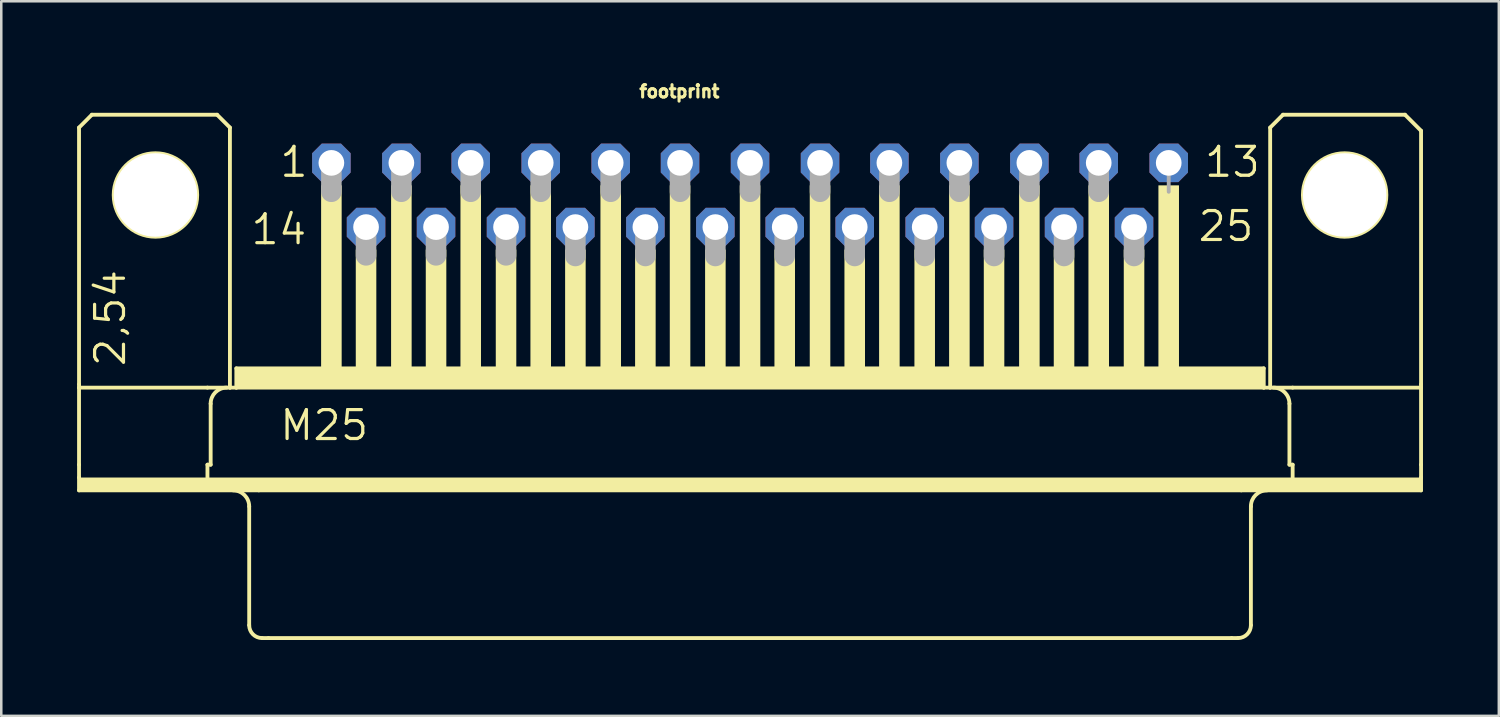
<source format=kicad_pcb>
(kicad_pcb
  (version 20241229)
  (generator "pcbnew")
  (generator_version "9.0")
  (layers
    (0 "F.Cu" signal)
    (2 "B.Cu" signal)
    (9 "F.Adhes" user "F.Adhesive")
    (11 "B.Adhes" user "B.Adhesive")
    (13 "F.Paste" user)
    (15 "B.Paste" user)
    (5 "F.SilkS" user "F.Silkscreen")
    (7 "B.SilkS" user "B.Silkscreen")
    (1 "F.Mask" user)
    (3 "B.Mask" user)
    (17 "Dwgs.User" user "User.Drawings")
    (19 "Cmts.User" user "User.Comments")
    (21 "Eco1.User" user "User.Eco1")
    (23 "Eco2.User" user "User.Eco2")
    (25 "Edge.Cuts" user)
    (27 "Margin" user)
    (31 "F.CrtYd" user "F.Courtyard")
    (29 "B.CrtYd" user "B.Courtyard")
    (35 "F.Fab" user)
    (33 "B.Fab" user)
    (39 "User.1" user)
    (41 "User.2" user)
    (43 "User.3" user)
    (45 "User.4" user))
  (footprint "footprint"
    (layer "F.Cu")
    (at 26.619 4.663)
    (property "Reference" "footprint" (at -4.445 -3.81 0) (layer "F.SilkS") (effects (font (size 0.488 0.488) (thickness 0.122)) (justify left bottom)))
    (fp_line (start -26.543 -2.667) (end -26.543 7.493) (stroke (width 0.152) (type solid)) (layer "F.SilkS"))
    (fp_line (start -26.543 7.62) (end -26.543 7.493) (stroke (width 0.152) (type solid)) (layer "F.SilkS"))
    (fp_line (start -26.543 10.668) (end -26.543 7.62) (stroke (width 0.152) (type solid)) (layer "F.SilkS"))
    (fp_line (start -26.543 11.176) (end -26.543 10.668) (stroke (width 0.152) (type solid)) (layer "F.SilkS"))
    (fp_line (start -26.543 11.684) (end -26.543 11.176) (stroke (width 0.152) (type solid)) (layer "F.SilkS"))
    (fp_line (start -26.035 -3.175) (end -26.543 -2.667) (stroke (width 0.152) (type solid)) (layer "F.SilkS"))
    (fp_line (start -21.463 7.62) (end -26.543 7.62) (stroke (width 0.152) (type solid)) (layer "F.SilkS"))
    (fp_line (start -21.463 10.668) (end -21.463 11.176) (stroke (width 0.152) (type solid)) (layer "F.SilkS"))
    (fp_line (start -21.336 8.255) (end -21.336 10.668) (stroke (width 0.152) (type solid)) (layer "F.SilkS"))
    (fp_line (start -21.336 10.668) (end -21.463 10.668) (stroke (width 0.152) (type solid)) (layer "F.SilkS"))
    (fp_line (start -21.082 -3.175) (end -26.035 -3.175) (stroke (width 0.152) (type solid)) (layer "F.SilkS"))
    (fp_line (start -20.574 -2.667) (end -21.082 -3.175) (stroke (width 0.152) (type solid)) (layer "F.SilkS"))
    (fp_line (start -20.574 -2.667) (end -20.574 7.62) (stroke (width 0.152) (type solid)) (layer "F.SilkS"))
    (fp_line (start -20.574 7.62) (end -21.463 7.62) (stroke (width 0.152) (type solid)) (layer "F.SilkS"))
    (fp_line (start -20.32 7.62) (end -20.574 7.62) (stroke (width 0.152) (type solid)) (layer "F.SilkS"))
    (fp_line (start -20.32 7.62) (end -20.32 6.858) (stroke (width 0.152) (type solid)) (layer "F.SilkS"))
    (fp_line (start -19.812 12.319) (end -19.812 17.018) (stroke (width 0.152) (type solid)) (layer "F.SilkS"))
    (fp_line (start -19.431 11.684) (end -26.543 11.684) (stroke (width 0.152) (type solid)) (layer "F.SilkS"))
    (fp_line (start -19.05 17.526) (end -19.304 17.526) (stroke (width 0.152) (type solid)) (layer "F.SilkS"))
    (fp_line (start 19.05 17.526) (end -19.05 17.526) (stroke (width 0.152) (type solid)) (layer "F.SilkS"))
    (fp_line (start 19.304 17.526) (end 19.05 17.526) (stroke (width 0.152) (type solid)) (layer "F.SilkS"))
    (fp_line (start 19.431 11.684) (end -19.431 11.684) (stroke (width 0.152) (type solid)) (layer "F.SilkS"))
    (fp_line (start 19.812 12.319) (end 19.812 17.018) (stroke (width 0.152) (type solid)) (layer "F.SilkS"))
    (fp_line (start 20.32 6.858) (end -20.32 6.858) (stroke (width 0.152) (type solid)) (layer "F.SilkS"))
    (fp_line (start 20.32 7.62) (end -20.32 7.62) (stroke (width 0.152) (type solid)) (layer "F.SilkS"))
    (fp_line (start 20.32 7.62) (end 20.32 6.858) (stroke (width 0.152) (type solid)) (layer "F.SilkS"))
    (fp_line (start 20.574 -2.667) (end 20.574 7.62) (stroke (width 0.152) (type solid)) (layer "F.SilkS"))
    (fp_line (start 20.574 7.62) (end 20.32 7.62) (stroke (width 0.152) (type solid)) (layer "F.SilkS"))
    (fp_line (start 21.082 -3.175) (end 20.574 -2.667) (stroke (width 0.152) (type solid)) (layer "F.SilkS"))
    (fp_line (start 21.082 -3.175) (end 25.908 -3.175) (stroke (width 0.152) (type solid)) (layer "F.SilkS"))
    (fp_line (start 21.336 8.255) (end 21.336 10.668) (stroke (width 0.152) (type solid)) (layer "F.SilkS"))
    (fp_line (start 21.463 7.62) (end 20.574 7.62) (stroke (width 0.152) (type solid)) (layer "F.SilkS"))
    (fp_line (start 21.463 10.668) (end 21.336 10.668) (stroke (width 0.152) (type solid)) (layer "F.SilkS"))
    (fp_line (start 21.463 10.668) (end 21.463 11.176) (stroke (width 0.152) (type solid)) (layer "F.SilkS"))
    (fp_line (start 25.908 -3.175) (end 26.543 -2.54) (stroke (width 0.152) (type solid)) (layer "F.SilkS"))
    (fp_line (start 26.543 -2.54) (end 26.543 7.493) (stroke (width 0.152) (type solid)) (layer "F.SilkS"))
    (fp_line (start 26.543 7.62) (end 21.463 7.62) (stroke (width 0.152) (type solid)) (layer "F.SilkS"))
    (fp_line (start 26.543 7.62) (end 26.543 7.493) (stroke (width 0.152) (type solid)) (layer "F.SilkS"))
    (fp_line (start 26.543 7.62) (end 26.543 10.668) (stroke (width 0.152) (type solid)) (layer "F.SilkS"))
    (fp_line (start 26.543 10.668) (end 26.543 11.176) (stroke (width 0.152) (type solid)) (layer "F.SilkS"))
    (fp_line (start 26.543 11.176) (end 26.543 11.684) (stroke (width 0.152) (type solid)) (layer "F.SilkS"))
    (fp_line (start 26.543 11.684) (end 19.431 11.684) (stroke (width 0.152) (type solid)) (layer "F.SilkS"))
    (fp_arc (start -21.336 8.255) (mid -21.150013 7.805987) (end -20.701 7.62) (stroke (width 0.1524) (type solid)) (layer "F.SilkS"))
    (fp_arc (start -20.447 11.684) (mid -19.997987 11.869987) (end -19.812 12.319) (stroke (width 0.1524) (type solid)) (layer "F.SilkS"))
    (fp_arc (start -19.304 17.526) (mid -19.66321 17.37721) (end -19.812 17.018) (stroke (width 0.1524) (type solid)) (layer "F.SilkS"))
    (fp_arc (start 19.812 12.319) (mid 19.997987 11.869987) (end 20.447 11.684) (stroke (width 0.1524) (type solid)) (layer "F.SilkS"))
    (fp_arc (start 19.812 17.018) (mid 19.66321 17.37721) (end 19.304 17.526) (stroke (width 0.1524) (type solid)) (layer "F.SilkS"))
    (fp_arc (start 20.701 7.62) (mid 21.150013 7.805987) (end 21.336 8.255) (stroke (width 0.1524) (type solid)) (layer "F.SilkS"))
    (fp_circle (center -23.52 0) (end -21.869 0) (stroke (width 0.152) (type solid)) (fill no) (layer "F.SilkS"))
    (fp_circle (center 23.52 0) (end 25.171 0) (stroke (width 0.152) (type solid)) (fill no) (layer "F.SilkS"))
    (fp_poly (pts (xy -26.543 11.684) (xy 26.543 11.684) (xy 26.543 11.176) (xy -26.543 11.176)) (stroke (width 0) (type solid)) (fill yes) (layer "F.SilkS"))
    (fp_poly (pts (xy -20.32 7.62) (xy 20.32 7.62) (xy 20.32 6.858) (xy -20.32 6.858)) (stroke (width 0) (type solid)) (fill yes) (layer "F.SilkS"))
    (fp_poly (pts (xy -16.967 6.858) (xy -16.154 6.858) (xy -16.154 -0.381) (xy -16.967 -0.381)) (stroke (width 0) (type solid)) (fill yes) (layer "F.SilkS"))
    (fp_poly (pts (xy -15.596 6.858) (xy -14.783 6.858) (xy -14.783 2.159) (xy -15.596 2.159)) (stroke (width 0) (type solid)) (fill yes) (layer "F.SilkS"))
    (fp_poly (pts (xy -14.199 6.858) (xy -13.386 6.858) (xy -13.386 -0.381) (xy -14.199 -0.381)) (stroke (width 0) (type solid)) (fill yes) (layer "F.SilkS"))
    (fp_poly (pts (xy -12.827 6.858) (xy -12.014 6.858) (xy -12.014 2.159) (xy -12.827 2.159)) (stroke (width 0) (type solid)) (fill yes) (layer "F.SilkS"))
    (fp_poly (pts (xy -11.455 6.858) (xy -10.643 6.858) (xy -10.643 -0.381) (xy -11.455 -0.381)) (stroke (width 0) (type solid)) (fill yes) (layer "F.SilkS"))
    (fp_poly (pts (xy -10.058 6.858) (xy -9.246 6.858) (xy -9.246 2.159) (xy -10.058 2.159)) (stroke (width 0) (type solid)) (fill yes) (layer "F.SilkS"))
    (fp_poly (pts (xy -8.687 6.858) (xy -7.874 6.858) (xy -7.874 -0.381) (xy -8.687 -0.381)) (stroke (width 0) (type solid)) (fill yes) (layer "F.SilkS"))
    (fp_poly (pts (xy -7.315 6.858) (xy -6.502 6.858) (xy -6.502 2.159) (xy -7.315 2.159)) (stroke (width 0) (type solid)) (fill yes) (layer "F.SilkS"))
    (fp_poly (pts (xy -5.918 6.858) (xy -5.105 6.858) (xy -5.105 -0.381) (xy -5.918 -0.381)) (stroke (width 0) (type solid)) (fill yes) (layer "F.SilkS"))
    (fp_poly (pts (xy -4.547 6.858) (xy -3.734 6.858) (xy -3.734 2.159) (xy -4.547 2.159)) (stroke (width 0) (type solid)) (fill yes) (layer "F.SilkS"))
    (fp_poly (pts (xy -3.175 6.858) (xy -2.362 6.858) (xy -2.362 -0.381) (xy -3.175 -0.381)) (stroke (width 0) (type solid)) (fill yes) (layer "F.SilkS"))
    (fp_poly (pts (xy -1.778 6.858) (xy -0.965 6.858) (xy -0.965 2.159) (xy -1.778 2.159)) (stroke (width 0) (type solid)) (fill yes) (layer "F.SilkS"))
    (fp_poly (pts (xy -0.406 6.858) (xy 0.406 6.858) (xy 0.406 -0.381) (xy -0.406 -0.381)) (stroke (width 0) (type solid)) (fill yes) (layer "F.SilkS"))
    (fp_poly (pts (xy 0.965 6.858) (xy 1.778 6.858) (xy 1.778 2.159) (xy 0.965 2.159)) (stroke (width 0) (type solid)) (fill yes) (layer "F.SilkS"))
    (fp_poly (pts (xy 2.362 6.858) (xy 3.175 6.858) (xy 3.175 -0.381) (xy 2.362 -0.381)) (stroke (width 0) (type solid)) (fill yes) (layer "F.SilkS"))
    (fp_poly (pts (xy 3.734 6.858) (xy 4.547 6.858) (xy 4.547 2.159) (xy 3.734 2.159)) (stroke (width 0) (type solid)) (fill yes) (layer "F.SilkS"))
    (fp_poly (pts (xy 5.105 6.858) (xy 5.918 6.858) (xy 5.918 -0.381) (xy 5.105 -0.381)) (stroke (width 0) (type solid)) (fill yes) (layer "F.SilkS"))
    (fp_poly (pts (xy 6.502 6.858) (xy 7.315 6.858) (xy 7.315 2.159) (xy 6.502 2.159)) (stroke (width 0) (type solid)) (fill yes) (layer "F.SilkS"))
    (fp_poly (pts (xy 7.874 6.858) (xy 8.687 6.858) (xy 8.687 -0.381) (xy 7.874 -0.381)) (stroke (width 0) (type solid)) (fill yes) (layer "F.SilkS"))
    (fp_poly (pts (xy 9.246 6.858) (xy 10.058 6.858) (xy 10.058 2.159) (xy 9.246 2.159)) (stroke (width 0) (type solid)) (fill yes) (layer "F.SilkS"))
    (fp_poly (pts (xy 10.643 6.858) (xy 11.455 6.858) (xy 11.455 -0.381) (xy 10.643 -0.381)) (stroke (width 0) (type solid)) (fill yes) (layer "F.SilkS"))
    (fp_poly (pts (xy 12.014 6.858) (xy 12.827 6.858) (xy 12.827 2.159) (xy 12.014 2.159)) (stroke (width 0) (type solid)) (fill yes) (layer "F.SilkS"))
    (fp_poly (pts (xy 13.386 6.858) (xy 14.199 6.858) (xy 14.199 -0.381) (xy 13.386 -0.381)) (stroke (width 0) (type solid)) (fill yes) (layer "F.SilkS"))
    (fp_poly (pts (xy 14.783 6.858) (xy 15.596 6.858) (xy 15.596 2.159) (xy 14.783 2.159)) (stroke (width 0) (type solid)) (fill yes) (layer "F.SilkS"))
    (fp_poly (pts (xy 16.154 6.858) (xy 16.967 6.858) (xy 16.967 -0.381) (xy 16.154 -0.381)) (stroke (width 0) (type solid)) (fill yes) (layer "F.SilkS"))
    (fp_line (start -16.561 -1.143) (end -16.561 -0.127) (stroke (width 0.813) (type solid)) (layer "F.Fab"))
    (fp_line (start -15.189 1.372) (end -15.189 2.388) (stroke (width 0.813) (type solid)) (layer "F.Fab"))
    (fp_line (start -13.792 -1.143) (end -13.792 -0.127) (stroke (width 0.813) (type solid)) (layer "F.Fab"))
    (fp_line (start -12.421 1.372) (end -12.421 2.388) (stroke (width 0.813) (type solid)) (layer "F.Fab"))
    (fp_line (start -11.049 -1.143) (end -11.049 -0.127) (stroke (width 0.813) (type solid)) (layer "F.Fab"))
    (fp_line (start -9.652 1.372) (end -9.652 2.388) (stroke (width 0.813) (type solid)) (layer "F.Fab"))
    (fp_line (start -8.28 -1.143) (end -8.28 -0.127) (stroke (width 0.813) (type solid)) (layer "F.Fab"))
    (fp_line (start -6.909 1.397) (end -6.909 2.413) (stroke (width 0.813) (type solid)) (layer "F.Fab"))
    (fp_line (start -5.512 -1.143) (end -5.512 -0.127) (stroke (width 0.813) (type solid)) (layer "F.Fab"))
    (fp_line (start -4.14 1.397) (end -4.14 2.413) (stroke (width 0.813) (type solid)) (layer "F.Fab"))
    (fp_line (start -2.769 -1.143) (end -2.769 -0.127) (stroke (width 0.813) (type solid)) (layer "F.Fab"))
    (fp_line (start -1.372 1.397) (end -1.372 2.413) (stroke (width 0.813) (type solid)) (layer "F.Fab"))
    (fp_line (start 0 -1.143) (end 0 -0.127) (stroke (width 0.813) (type solid)) (layer "F.Fab"))
    (fp_line (start 1.372 1.397) (end 1.372 2.413) (stroke (width 0.813) (type solid)) (layer "F.Fab"))
    (fp_line (start 2.769 -1.143) (end 2.769 -0.127) (stroke (width 0.813) (type solid)) (layer "F.Fab"))
    (fp_line (start 4.14 1.397) (end 4.14 2.413) (stroke (width 0.813) (type solid)) (layer "F.Fab"))
    (fp_line (start 5.512 -1.143) (end 5.512 -0.127) (stroke (width 0.813) (type solid)) (layer "F.Fab"))
    (fp_line (start 6.909 1.397) (end 6.909 2.413) (stroke (width 0.813) (type solid)) (layer "F.Fab"))
    (fp_line (start 8.28 -1.143) (end 8.28 -0.127) (stroke (width 0.813) (type solid)) (layer "F.Fab"))
    (fp_line (start 9.652 1.397) (end 9.652 2.413) (stroke (width 0.813) (type solid)) (layer "F.Fab"))
    (fp_line (start 11.049 -1.143) (end 11.049 -0.127) (stroke (width 0.813) (type solid)) (layer "F.Fab"))
    (fp_line (start 12.421 1.397) (end 12.421 2.413) (stroke (width 0.813) (type solid)) (layer "F.Fab"))
    (fp_line (start 13.792 -1.143) (end 13.792 -0.127) (stroke (width 0.813) (type solid)) (layer "F.Fab"))
    (fp_line (start 15.189 1.397) (end 15.189 2.413) (stroke (width 0.813) (type solid)) (layer "F.Fab"))
    (fp_line (start 16.561 -1.143) (end 16.561 -0.127) (stroke (width 0.152) (type solid)) (layer "F.Fab"))
    (fp_text user "2,54" (at -24.638 6.858 90) (layer "F.SilkS") (effects (font (size 1.143 1.143) (thickness 0.127)) (justify left bottom)))
    (fp_text user "M25" (at -18.669 9.779 0) (layer "F.SilkS") (effects (font (size 1.143 1.143) (thickness 0.127)) (justify left bottom)))
    (fp_text user "13" (at 17.907 -0.635 0) (layer "F.SilkS") (effects (font (size 1.143 1.143) (thickness 0.127)) (justify left bottom)))
    (fp_text user "1" (at -18.669 -0.635 0) (layer "F.SilkS") (effects (font (size 1.143 1.143) (thickness 0.127)) (justify left bottom)))
    (fp_text user "14" (at -19.812 2.032 0) (layer "F.SilkS") (effects (font (size 1.143 1.143) (thickness 0.127)) (justify left bottom)))
    (fp_text user "25" (at 17.653 1.905 0) (layer "F.SilkS") (effects (font (size 1.143 1.143) (thickness 0.127)) (justify left bottom)))
    (pad "" np_thru_hole circle (at -23.52 0) (size 3.302 3.302) (drill 3.302) (layers "*.Cu" "*.Mask"))
    (pad "" np_thru_hole circle (at 23.52 0) (size 3.302 3.302) (drill 3.302) (layers "*.Cu" "*.Mask"))
    (pad "1" thru_hole roundrect (at -16.561 -1.27) (size 1.524 1.524) (drill 1.016) (layers "*.Cu" "*.Mask") (roundrect_rratio 0.25) (chamfer_ratio 0.25) (chamfer top_left top_right bottom_left bottom_right))
    (pad "2" thru_hole roundrect (at -13.792 -1.27) (size 1.524 1.524) (drill 1.016) (layers "*.Cu" "*.Mask") (roundrect_rratio 0.25) (chamfer_ratio 0.25) (chamfer top_left top_right bottom_left bottom_right))
    (pad "3" thru_hole roundrect (at -11.049 -1.27) (size 1.524 1.524) (drill 1.016) (layers "*.Cu" "*.Mask") (roundrect_rratio 0.25) (chamfer_ratio 0.25) (chamfer top_left top_right bottom_left bottom_right))
    (pad "4" thru_hole roundrect (at -8.28 -1.27) (size 1.524 1.524) (drill 1.016) (layers "*.Cu" "*.Mask") (roundrect_rratio 0.25) (chamfer_ratio 0.25) (chamfer top_left top_right bottom_left bottom_right))
    (pad "5" thru_hole roundrect (at -5.512 -1.27) (size 1.524 1.524) (drill 1.016) (layers "*.Cu" "*.Mask") (roundrect_rratio 0.25) (chamfer_ratio 0.25) (chamfer top_left top_right bottom_left bottom_right))
    (pad "6" thru_hole roundrect (at -2.769 -1.27) (size 1.524 1.524) (drill 1.016) (layers "*.Cu" "*.Mask") (roundrect_rratio 0.25) (chamfer_ratio 0.25) (chamfer top_left top_right bottom_left bottom_right))
    (pad "7" thru_hole roundrect (at 0 -1.27) (size 1.524 1.524) (drill 1.016) (layers "*.Cu" "*.Mask") (roundrect_rratio 0.25) (chamfer_ratio 0.25) (chamfer top_left top_right bottom_left bottom_right))
    (pad "8" thru_hole roundrect (at 2.769 -1.27) (size 1.524 1.524) (drill 1.016) (layers "*.Cu" "*.Mask") (roundrect_rratio 0.25) (chamfer_ratio 0.25) (chamfer top_left top_right bottom_left bottom_right))
    (pad "9" thru_hole roundrect (at 5.512 -1.27) (size 1.524 1.524) (drill 1.016) (layers "*.Cu" "*.Mask") (roundrect_rratio 0.25) (chamfer_ratio 0.25) (chamfer top_left top_right bottom_left bottom_right))
    (pad "10" thru_hole roundrect (at 8.28 -1.27) (size 1.524 1.524) (drill 1.016) (layers "*.Cu" "*.Mask") (roundrect_rratio 0.25) (chamfer_ratio 0.25) (chamfer top_left top_right bottom_left bottom_right))
    (pad "11" thru_hole roundrect (at 11.049 -1.27) (size 1.524 1.524) (drill 1.016) (layers "*.Cu" "*.Mask") (roundrect_rratio 0.25) (chamfer_ratio 0.25) (chamfer top_left top_right bottom_left bottom_right))
    (pad "12" thru_hole roundrect (at 13.792 -1.27) (size 1.524 1.524) (drill 1.016) (layers "*.Cu" "*.Mask") (roundrect_rratio 0.25) (chamfer_ratio 0.25) (chamfer top_left top_right bottom_left bottom_right))
    (pad "13" thru_hole roundrect (at 16.561 -1.27) (size 1.524 1.524) (drill 1.016) (layers "*.Cu" "*.Mask") (roundrect_rratio 0.25) (chamfer_ratio 0.25) (chamfer top_left top_right bottom_left bottom_right))
    (pad "14" thru_hole roundrect (at -15.189 1.27) (size 1.524 1.524) (drill 1.016) (layers "*.Cu" "*.Mask") (roundrect_rratio 0.25) (chamfer_ratio 0.25) (chamfer top_left top_right bottom_left bottom_right))
    (pad "15" thru_hole roundrect (at -12.421 1.27) (size 1.524 1.524) (drill 1.016) (layers "*.Cu" "*.Mask") (roundrect_rratio 0.25) (chamfer_ratio 0.25) (chamfer top_left top_right bottom_left bottom_right))
    (pad "16" thru_hole roundrect (at -9.652 1.27) (size 1.524 1.524) (drill 1.016) (layers "*.Cu" "*.Mask") (roundrect_rratio 0.25) (chamfer_ratio 0.25) (chamfer top_left top_right bottom_left bottom_right))
    (pad "17" thru_hole roundrect (at -6.909 1.27) (size 1.524 1.524) (drill 1.016) (layers "*.Cu" "*.Mask") (roundrect_rratio 0.25) (chamfer_ratio 0.25) (chamfer top_left top_right bottom_left bottom_right))
    (pad "18" thru_hole roundrect (at -4.14 1.27) (size 1.524 1.524) (drill 1.016) (layers "*.Cu" "*.Mask") (roundrect_rratio 0.25) (chamfer_ratio 0.25) (chamfer top_left top_right bottom_left bottom_right))
    (pad "19" thru_hole roundrect (at -1.372 1.27) (size 1.524 1.524) (drill 1.016) (layers "*.Cu" "*.Mask") (roundrect_rratio 0.25) (chamfer_ratio 0.25) (chamfer top_left top_right bottom_left bottom_right))
    (pad "20" thru_hole roundrect (at 1.372 1.27) (size 1.524 1.524) (drill 1.016) (layers "*.Cu" "*.Mask") (roundrect_rratio 0.25) (chamfer_ratio 0.25) (chamfer top_left top_right bottom_left bottom_right))
    (pad "21" thru_hole roundrect (at 4.14 1.27) (size 1.524 1.524) (drill 1.016) (layers "*.Cu" "*.Mask") (roundrect_rratio 0.25) (chamfer_ratio 0.25) (chamfer top_left top_right bottom_left bottom_right))
    (pad "22" thru_hole roundrect (at 6.909 1.27) (size 1.524 1.524) (drill 1.016) (layers "*.Cu" "*.Mask") (roundrect_rratio 0.25) (chamfer_ratio 0.25) (chamfer top_left top_right bottom_left bottom_right))
    (pad "23" thru_hole roundrect (at 9.652 1.27) (size 1.524 1.524) (drill 1.016) (layers "*.Cu" "*.Mask") (roundrect_rratio 0.25) (chamfer_ratio 0.25) (chamfer top_left top_right bottom_left bottom_right))
    (pad "24" thru_hole roundrect (at 12.421 1.27) (size 1.524 1.524) (drill 1.016) (layers "*.Cu" "*.Mask") (roundrect_rratio 0.25) (chamfer_ratio 0.25) (chamfer top_left top_right bottom_left bottom_right))
    (pad "25" thru_hole roundrect (at 15.189 1.27) (size 1.524 1.524) (drill 1.016) (layers "*.Cu" "*.Mask") (roundrect_rratio 0.25) (chamfer_ratio 0.25) (chamfer top_left top_right bottom_left bottom_right))
    (zone (net_name "") (layers "F.Cu" "B.Cu") (hatch edge 0.508) (connect_pads) (min_thickness 0.254) (filled_areas_thickness no) (keepout (tracks allowed) (vias not_allowed) (pads allowed) (copperpour allowed) (footprints allowed)) (placement (enabled no)) (fill) (polygon (pts (xy 5.766 4.663) (xy 5.725 4.2) (xy 5.605 3.751) (xy 5.408 3.33) (xy 5.142 2.949) (xy 4.813 2.62) (xy 4.432 2.354) (xy 4.011 2.157) (xy 3.562 2.037) (xy 3.099 1.996) (xy 2.636 2.037) (xy 2.187 2.157) (xy 1.765 2.354) (xy 1.384 2.62) (xy 1.056 2.949) (xy 0.789 3.33) (xy 0.593 3.751) (xy 0.472 4.2) (xy 0.432 4.663) (xy 0.472 5.127) (xy 0.593 5.576) (xy 0.789 5.997) (xy 1.056 6.378) (xy 1.384 6.706) (xy 1.765 6.973) (xy 2.187 7.17) (xy 2.636 7.29) (xy 3.099 7.33) (xy 3.562 7.29) (xy 4.011 7.17) (xy 4.432 6.973) (xy 4.813 6.706) (xy 5.142 6.378) (xy 5.408 5.997) (xy 5.605 5.576) (xy 5.725 5.127))))
    (zone (net_name "") (layers "F.Cu" "B.Cu") (hatch edge 0.508) (connect_pads) (min_thickness 0.254) (filled_areas_thickness no) (keepout (tracks allowed) (vias not_allowed) (pads allowed) (copperpour allowed) (footprints allowed)) (placement (enabled no)) (fill) (polygon (pts (xy 52.807 4.663) (xy 52.766 4.2) (xy 52.646 3.751) (xy 52.449 3.33) (xy 52.183 2.949) (xy 51.854 2.62) (xy 51.473 2.354) (xy 51.052 2.157) (xy 50.603 2.037) (xy 50.14 1.996) (xy 49.676 2.037) (xy 49.227 2.157) (xy 48.806 2.354) (xy 48.425 2.62) (xy 48.097 2.949) (xy 47.83 3.33) (xy 47.633 3.751) (xy 47.513 4.2) (xy 47.473 4.663) (xy 47.513 5.127) (xy 47.633 5.576) (xy 47.83 5.997) (xy 48.097 6.378) (xy 48.425 6.706) (xy 48.806 6.973) (xy 49.227 7.17) (xy 49.676 7.29) (xy 50.14 7.33) (xy 50.603 7.29) (xy 51.052 7.17) (xy 51.473 6.973) (xy 51.854 6.706) (xy 52.183 6.378) (xy 52.449 5.997) (xy 52.646 5.576) (xy 52.766 5.127))))
    (zone (net_name "") (layer "B.Cu") (hatch edge 0.508) (connect_pads) (min_thickness 0.254) (filled_areas_thickness no) (keepout (tracks not_allowed) (vias not_allowed) (pads not_allowed) (copperpour not_allowed) (footprints allowed)) (placement (enabled no)) (fill) (polygon (pts (xy 5.766 4.663) (xy 5.725 4.2) (xy 5.605 3.751) (xy 5.408 3.33) (xy 5.142 2.949) (xy 4.813 2.62) (xy 4.432 2.354) (xy 4.011 2.157) (xy 3.562 2.037) (xy 3.099 1.996) (xy 2.636 2.037) (xy 2.187 2.157) (xy 1.765 2.354) (xy 1.384 2.62) (xy 1.056 2.949) (xy 0.789 3.33) (xy 0.593 3.751) (xy 0.472 4.2) (xy 0.432 4.663) (xy 0.472 5.127) (xy 0.593 5.576) (xy 0.789 5.997) (xy 1.056 6.378) (xy 1.384 6.706) (xy 1.765 6.973) (xy 2.187 7.17) (xy 2.636 7.29) (xy 3.099 7.33) (xy 3.562 7.29) (xy 4.011 7.17) (xy 4.432 6.973) (xy 4.813 6.706) (xy 5.142 6.378) (xy 5.408 5.997) (xy 5.605 5.576) (xy 5.725 5.127))))
    (zone (net_name "") (layer "B.Cu") (hatch edge 0.508) (connect_pads) (min_thickness 0.254) (filled_areas_thickness no) (keepout (tracks not_allowed) (vias not_allowed) (pads not_allowed) (copperpour not_allowed) (footprints allowed)) (placement (enabled no)) (fill) (polygon (pts (xy 52.807 4.663) (xy 52.766 4.2) (xy 52.646 3.751) (xy 52.449 3.33) (xy 52.183 2.949) (xy 51.854 2.62) (xy 51.473 2.354) (xy 51.052 2.157) (xy 50.603 2.037) (xy 50.14 1.996) (xy 49.676 2.037) (xy 49.227 2.157) (xy 48.806 2.354) (xy 48.425 2.62) (xy 48.097 2.949) (xy 47.83 3.33) (xy 47.633 3.751) (xy 47.513 4.2) (xy 47.473 4.663) (xy 47.513 5.127) (xy 47.633 5.576) (xy 47.83 5.997) (xy 48.097 6.378) (xy 48.425 6.706) (xy 48.806 6.973) (xy 49.227 7.17) (xy 49.676 7.29) (xy 50.14 7.33) (xy 50.603 7.29) (xy 51.052 7.17) (xy 51.473 6.973) (xy 51.854 6.706) (xy 52.183 6.378) (xy 52.449 5.997) (xy 52.646 5.576) (xy 52.766 5.127)))))
  (gr_rect
    (start -3 -3)
    (end 56.238 25.266)
    (stroke (width 0.1) (type default))
    (fill no)
    (layer "Edge.Cuts")))
</source>
